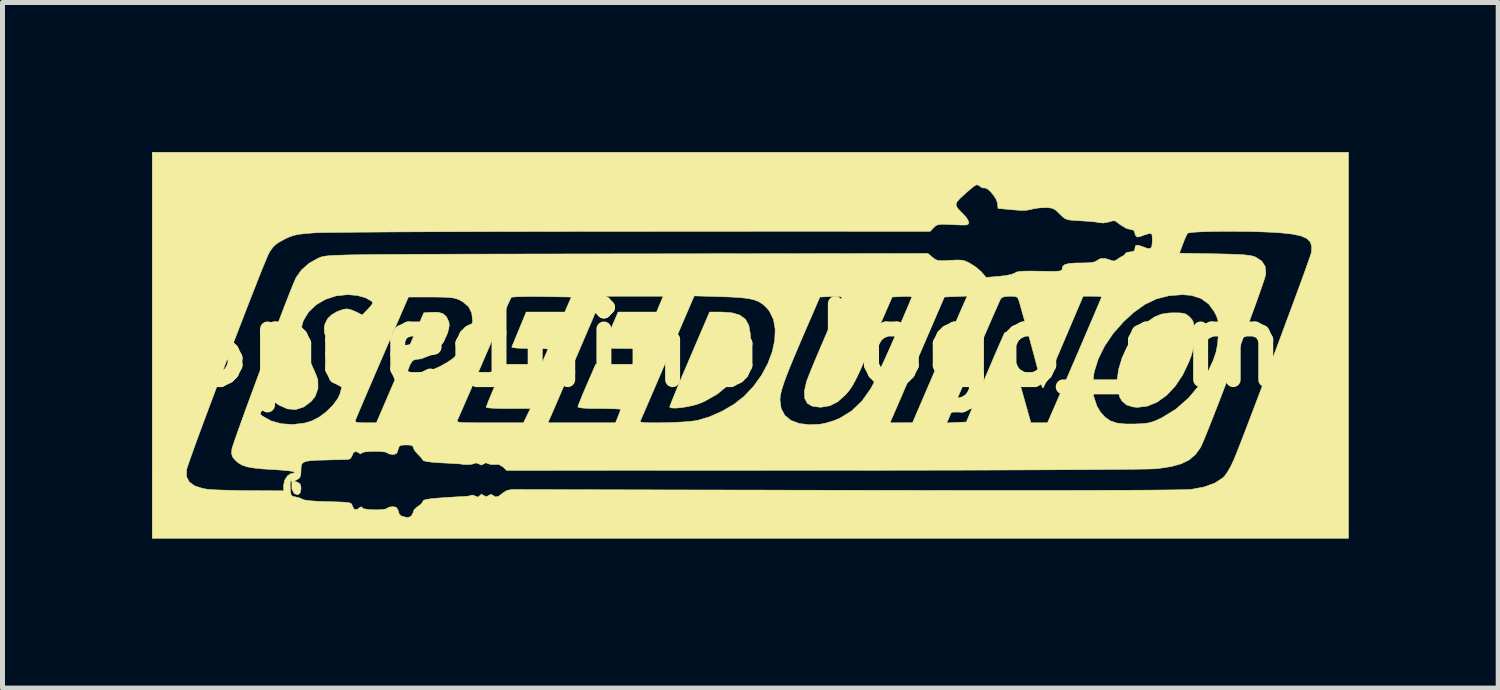
<source format=kicad_pcb>
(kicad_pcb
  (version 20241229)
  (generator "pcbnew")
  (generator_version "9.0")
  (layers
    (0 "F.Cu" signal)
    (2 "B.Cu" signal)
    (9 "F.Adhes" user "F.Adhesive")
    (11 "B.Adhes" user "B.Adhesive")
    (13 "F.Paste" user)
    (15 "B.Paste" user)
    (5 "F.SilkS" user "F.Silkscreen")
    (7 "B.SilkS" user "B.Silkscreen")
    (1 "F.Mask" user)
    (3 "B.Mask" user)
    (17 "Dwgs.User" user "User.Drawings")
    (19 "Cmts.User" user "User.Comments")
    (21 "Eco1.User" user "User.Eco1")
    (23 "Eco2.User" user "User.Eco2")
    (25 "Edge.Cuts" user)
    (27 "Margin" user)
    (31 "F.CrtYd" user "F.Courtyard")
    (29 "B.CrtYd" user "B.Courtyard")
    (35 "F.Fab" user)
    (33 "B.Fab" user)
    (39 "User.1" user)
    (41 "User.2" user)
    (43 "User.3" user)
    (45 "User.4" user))
  (footprint "Speeduino logo_sml"
    (layer "F.Cu")
    (at 12.007 3.878)
    (property "Reference" "Speeduino logo_sml" (at 0 0 0) (layer "F.SilkS") (effects (font (size 1.524 1.524) (thickness 0.3))))
    (attr through_hole)
    (fp_poly (pts (xy -0.371 -0.652) (xy -0.211 -0.605) (xy -0.099 -0.521) (xy -0.031 -0.398) (xy -0.002 -0.232) (xy -0.000119 -0.172) (xy -0.031 0.089) (xy -0.119 0.343) (xy -0.258 0.581) (xy -0.442 0.797) (xy -0.666 0.981) (xy -0.922 1.126) (xy -1.03 1.171) (xy -1.142 1.205) (xy -1.269 1.233) (xy -1.394 1.252) (xy -1.504 1.261) (xy -1.584 1.258) (xy -1.619 1.241) (xy -1.619 1.238) (xy -1.607 1.201) (xy -1.573 1.113) (xy -1.519 0.981) (xy -1.45 0.812) (xy -1.367 0.614) (xy -1.273 0.395) (xy -1.219 0.267) (xy -0.818 -0.667) (xy -0.583 -0.667) (xy -0.371 -0.652)) (stroke (width 0.01) (type solid)) (fill yes) (layer "F.SilkS"))
    (fp_poly (pts (xy 8.624 -0.649) (xy 8.703 -0.638) (xy 8.759 -0.613) (xy 8.811 -0.57) (xy 8.818 -0.563) (xy 8.86 -0.516) (xy 8.886 -0.469) (xy 8.899 -0.405) (xy 8.904 -0.308) (xy 8.903 -0.198) (xy 8.898 -0.038) (xy 8.88 0.09) (xy 8.844 0.218) (xy 8.8 0.333) (xy 8.674 0.598) (xy 8.522 0.824) (xy 8.349 1.006) (xy 8.163 1.14) (xy 7.967 1.221) (xy 7.768 1.246) (xy 7.677 1.237) (xy 7.548 1.197) (xy 7.459 1.12) (xy 7.416 1.05) (xy 7.366 0.888) (xy 7.359 0.693) (xy 7.391 0.478) (xy 7.458 0.255) (xy 7.558 0.035) (xy 7.685 -0.17) (xy 7.834 -0.344) (xy 7.983 -0.481) (xy 8.117 -0.572) (xy 8.251 -0.625) (xy 8.404 -0.648) (xy 8.5 -0.651) (xy 8.624 -0.649)) (stroke (width 0.01) (type solid)) (fill yes) (layer "F.SilkS"))
    (fp_poly (pts (xy 12.002 3.873) (xy -12.002 3.873) (xy -12.002 2.635) (xy -11.315 2.635) (xy -11.26 2.742) (xy -11.15 2.822) (xy -10.983 2.875) (xy -10.89 2.89) (xy -10.805 2.897) (xy -10.669 2.904) (xy -10.495 2.909) (xy -10.296 2.914) (xy -10.084 2.917) (xy -10.041 2.917) (xy -9.366 2.921) (xy -9.366 2.81) (xy -9.363 2.795) (xy -9.235 2.795) (xy -9.233 2.862) (xy -9.225 2.961) (xy -9.209 3.013) (xy -9.176 3.035) (xy -9.128 3.043) (xy -9.044 3.063) (xy -8.988 3.09) (xy -8.936 3.107) (xy -8.827 3.121) (xy -8.666 3.132) (xy -8.475 3.138) (xy -8.294 3.143) (xy -8.166 3.148) (xy -8.082 3.155) (xy -8.032 3.166) (xy -8.005 3.182) (xy -7.992 3.207) (xy -7.987 3.225) (xy -7.951 3.29) (xy -7.894 3.295) (xy -7.845 3.262) (xy -7.807 3.239) (xy -7.788 3.262) (xy -7.751 3.282) (xy -7.671 3.295) (xy -7.566 3.302) (xy -7.456 3.302) (xy -7.36 3.294) (xy -7.298 3.279) (xy -7.287 3.27) (xy -7.244 3.247) (xy -7.176 3.239) (xy -7.107 3.25) (xy -7.073 3.299) (xy -7.065 3.332) (xy -7.042 3.394) (xy -6.995 3.43) (xy -6.907 3.452) (xy -6.872 3.456) (xy -6.823 3.44) (xy -6.801 3.423) (xy -6.767 3.361) (xy -6.763 3.335) (xy -6.737 3.288) (xy -6.675 3.237) (xy -6.667 3.232) (xy -6.603 3.184) (xy -6.573 3.137) (xy -6.572 3.133) (xy -6.557 3.112) (xy -6.505 3.094) (xy -6.408 3.08) (xy -6.257 3.066) (xy -6.215 3.063) (xy -6.058 3.052) (xy -5.912 3.043) (xy -5.797 3.036) (xy -5.742 3.034) (xy -5.659 3.027) (xy -5.607 3.013) (xy -5.603 3.01) (xy -5.563 3.007) (xy -5.52 3.026) (xy -5.467 3.047) (xy -5.432 3.021) (xy -5.431 3.018) (xy -5.399 2.989) (xy -5.356 3.011) (xy -5.352 3.014) (xy -5.301 3.04) (xy -5.253 3.015) (xy -5.202 2.991) (xy -5.168 3.011) (xy -5.112 3.044) (xy -5.049 3.029) (xy -4.973 2.97) (xy -4.887 2.913) (xy -4.781 2.894) (xy -4.754 2.894) (xy -4.71 2.895) (xy -4.605 2.895) (xy -4.442 2.896) (xy -4.225 2.896) (xy -3.957 2.897) (xy -3.641 2.898) (xy -3.279 2.899) (xy -2.874 2.9) (xy -2.431 2.901) (xy -1.951 2.902) (xy -1.438 2.903) (xy -0.895 2.904) (xy -0.325 2.905) (xy 0.27 2.906) (xy 0.886 2.908) (xy 1.519 2.909) (xy 1.984 2.91) (xy 2.822 2.911) (xy 3.61 2.912) (xy 4.346 2.913) (xy 5.031 2.913) (xy 5.663 2.913) (xy 6.241 2.913) (xy 6.764 2.912) (xy 7.232 2.91) (xy 7.642 2.909) (xy 7.995 2.907) (xy 8.289 2.904) (xy 8.523 2.901) (xy 8.696 2.898) (xy 8.808 2.894) (xy 8.849 2.891) (xy 9.107 2.843) (xy 9.317 2.767) (xy 9.475 2.665) (xy 9.52 2.62) (xy 9.577 2.539) (xy 9.643 2.423) (xy 9.703 2.294) (xy 9.708 2.282) (xy 9.756 2.164) (xy 9.82 2.001) (xy 9.899 1.798) (xy 9.989 1.563) (xy 10.089 1.3) (xy 10.197 1.016) (xy 10.31 0.717) (xy 10.425 0.409) (xy 10.542 0.097) (xy 10.657 -0.211) (xy 10.768 -0.511) (xy 10.874 -0.795) (xy 10.971 -1.059) (xy 11.058 -1.296) (xy 11.132 -1.5) (xy 11.191 -1.666) (xy 11.233 -1.786) (xy 11.255 -1.855) (xy 11.258 -1.868) (xy 11.264 -1.984) (xy 11.235 -2.074) (xy 11.166 -2.143) (xy 11.051 -2.193) (xy 10.885 -2.229) (xy 10.662 -2.254) (xy 10.641 -2.256) (xy 10.463 -2.267) (xy 10.258 -2.276) (xy 10.037 -2.282) (xy 9.809 -2.285) (xy 9.582 -2.286) (xy 9.366 -2.285) (xy 9.17 -2.281) (xy 9.004 -2.275) (xy 8.876 -2.266) (xy 8.796 -2.255) (xy 8.772 -2.246) (xy 8.746 -2.196) (xy 8.707 -2.108) (xy 8.676 -2.027) (xy 8.609 -1.848) (xy 9.313 -1.835) (xy 9.558 -1.83) (xy 9.749 -1.824) (xy 9.893 -1.816) (xy 9.998 -1.805) (xy 10.074 -1.791) (xy 10.129 -1.773) (xy 10.134 -1.771) (xy 10.26 -1.69) (xy 10.329 -1.583) (xy 10.343 -1.445) (xy 10.34 -1.42) (xy 10.325 -1.363) (xy 10.29 -1.254) (xy 10.236 -1.099) (xy 10.168 -0.906) (xy 10.086 -0.68) (xy 9.994 -0.43) (xy 9.894 -0.161) (xy 9.789 0.12) (xy 9.682 0.405) (xy 9.575 0.688) (xy 9.47 0.962) (xy 9.37 1.221) (xy 9.278 1.457) (xy 9.196 1.664) (xy 9.127 1.835) (xy 9.073 1.963) (xy 9.038 2.041) (xy 9.03 2.055) (xy 8.931 2.192) (xy 8.807 2.298) (xy 8.649 2.377) (xy 8.45 2.433) (xy 8.199 2.471) (xy 8.128 2.478) (xy 8.061 2.481) (xy 7.933 2.484) (xy 7.747 2.487) (xy 7.507 2.49) (xy 7.214 2.492) (xy 6.872 2.495) (xy 6.483 2.497) (xy 6.051 2.499) (xy 5.578 2.501) (xy 5.067 2.503) (xy 4.521 2.505) (xy 3.942 2.506) (xy 3.334 2.507) (xy 2.7 2.508) (xy 2.042 2.509) (xy 1.453 2.509) (xy -4.89 2.511) (xy -4.961 2.443) (xy -5.045 2.393) (xy -5.132 2.392) (xy -5.212 2.393) (xy -5.265 2.374) (xy -5.265 2.374) (xy -5.311 2.358) (xy -5.349 2.38) (xy -5.4 2.405) (xy -5.445 2.381) (xy -5.506 2.36) (xy -5.532 2.371) (xy -5.585 2.386) (xy -5.67 2.394) (xy -5.757 2.392) (xy -5.81 2.383) (xy -5.846 2.379) (xy -5.933 2.374) (xy -6.056 2.367) (xy -6.191 2.36) (xy -6.366 2.349) (xy -6.49 2.334) (xy -6.558 2.316) (xy -6.57 2.307) (xy -6.6 2.262) (xy -6.658 2.2) (xy -6.673 2.186) (xy -6.731 2.119) (xy -6.762 2.06) (xy -6.763 2.051) (xy -6.778 2.018) (xy -6.834 2.003) (xy -6.906 2) (xy -6.996 2.004) (xy -7.041 2.022) (xy -7.063 2.066) (xy -7.069 2.095) (xy -7.094 2.164) (xy -7.143 2.189) (xy -7.178 2.191) (xy -7.249 2.181) (xy -7.287 2.159) (xy -7.327 2.142) (xy -7.412 2.132) (xy -7.52 2.128) (xy -7.631 2.13) (xy -7.727 2.139) (xy -7.787 2.154) (xy -7.796 2.162) (xy -7.828 2.179) (xy -7.852 2.162) (xy -7.914 2.129) (xy -7.965 2.155) (xy -7.988 2.207) (xy -8.021 2.268) (xy -8.06 2.289) (xy -8.111 2.292) (xy -8.211 2.295) (xy -8.345 2.298) (xy -8.493 2.302) (xy -8.686 2.307) (xy -8.825 2.315) (xy -8.918 2.33) (xy -8.975 2.354) (xy -9.005 2.391) (xy -9.015 2.445) (xy -9.017 2.507) (xy -9.023 2.605) (xy -9.044 2.66) (xy -9.088 2.692) (xy -9.16 2.727) (xy -9.088 2.748) (xy -9.036 2.781) (xy -9.018 2.847) (xy -9.017 2.874) (xy -9.034 2.961) (xy -9.078 2.999) (xy -9.139 2.982) (xy -9.162 2.962) (xy -9.2 2.883) (xy -9.2 2.819) (xy -9.199 2.748) (xy -9.215 2.71) (xy -9.228 2.729) (xy -9.235 2.795) (xy -9.363 2.795) (xy -9.345 2.708) (xy -9.292 2.624) (xy -9.221 2.576) (xy -9.192 2.572) (xy -9.149 2.557) (xy -9.144 2.544) (xy -9.174 2.533) (xy -9.255 2.52) (xy -9.377 2.508) (xy -9.527 2.497) (xy -9.565 2.495) (xy -9.79 2.481) (xy -9.963 2.463) (xy -10.093 2.44) (xy -10.191 2.408) (xy -10.266 2.366) (xy -10.328 2.314) (xy -10.388 2.244) (xy -10.41 2.179) (xy -10.404 2.086) (xy -10.404 2.086) (xy -10.39 2.033) (xy -10.355 1.929) (xy -10.303 1.779) (xy -10.235 1.589) (xy -10.155 1.368) (xy -10.151 1.356) (xy -9.832 1.356) (xy -9.83 1.386) (xy -9.799 1.415) (xy -9.795 1.418) (xy -9.62 1.517) (xy -9.411 1.575) (xy -9.183 1.59) (xy -8.95 1.563) (xy -8.836 1.53) (xy -7.926 1.53) (xy -7.903 1.546) (xy -7.84 1.554) (xy -7.727 1.556) (xy -7.723 1.556) (xy -7.504 1.556) (xy -7.487 1.517) (xy -5.884 1.517) (xy -5.878 1.531) (xy -5.85 1.542) (xy -5.794 1.549) (xy -5.702 1.553) (xy -5.566 1.555) (xy -5.378 1.556) (xy -5.23 1.556) (xy -4.553 1.556) (xy -4.063 1.556) (xy -2.706 1.556) (xy -2.696 1.532) (xy -2.214 1.532) (xy -2.191 1.544) (xy -2.117 1.552) (xy -2.002 1.556) (xy -1.859 1.556) (xy -1.698 1.554) (xy -1.531 1.548) (xy -1.37 1.54) (xy -1.226 1.529) (xy -1.111 1.516) (xy -1.064 1.508) (xy -0.818 1.435) (xy -0.564 1.322) (xy -0.325 1.182) (xy -0.216 1.096) (xy 0.594 1.096) (xy 0.617 1.268) (xy 0.69 1.406) (xy 0.813 1.507) (xy 0.983 1.571) (xy 1.195 1.595) (xy 1.404 1.584) (xy 1.528 1.559) (xy 3.941 1.559) (xy 4.137 1.549) (xy 4.333 1.54) (xy 4.704 0.667) (xy 4.798 0.445) (xy 4.886 0.24) (xy 4.963 0.061) (xy 5.027 -0.085) (xy 5.074 -0.19) (xy 5.1 -0.247) (xy 5.104 -0.253) (xy 5.124 -0.259) (xy 5.147 -0.215) (xy 5.175 -0.114) (xy 5.186 -0.063) (xy 5.211 0.039) (xy 5.25 0.189) (xy 5.299 0.375) (xy 5.355 0.582) (xy 5.415 0.798) (xy 5.434 0.865) (xy 5.629 1.556) (xy 5.962 1.556) (xy 6.09 1.262) (xy 6.166 1.087) (xy 6.254 0.886) (xy 6.3 0.778) (xy 6.867 0.778) (xy 6.884 1.01) (xy 6.952 1.218) (xy 7.02 1.334) (xy 7.115 1.442) (xy 7.222 1.516) (xy 7.354 1.561) (xy 7.524 1.58) (xy 7.702 1.58) (xy 7.856 1.574) (xy 7.968 1.562) (xy 8.06 1.54) (xy 8.156 1.503) (xy 8.26 1.453) (xy 8.537 1.283) (xy 8.791 1.06) (xy 9.015 0.795) (xy 9.198 0.497) (xy 9.288 0.302) (xy 9.342 0.144) (xy 9.374 -0.013) (xy 9.39 -0.201) (xy 9.391 -0.206) (xy 9.395 -0.348) (xy 9.392 -0.447) (xy 9.377 -0.524) (xy 9.346 -0.601) (xy 9.313 -0.667) (xy 9.197 -0.828) (xy 9.043 -0.939) (xy 8.85 -1.001) (xy 8.67 -1.015) (xy 8.398 -0.994) (xy 8.15 -0.931) (xy 7.917 -0.82) (xy 7.687 -0.656) (xy 7.492 -0.477) (xy 7.278 -0.235) (xy 7.107 0.018) (xy 6.98 0.276) (xy 6.899 0.532) (xy 6.867 0.778) (xy 6.3 0.778) (xy 6.349 0.666) (xy 6.448 0.435) (xy 6.55 0.199) (xy 6.65 -0.034) (xy 6.745 -0.256) (xy 6.833 -0.461) (xy 6.91 -0.642) (xy 6.973 -0.79) (xy 7.019 -0.898) (xy 7.044 -0.96) (xy 7.048 -0.972) (xy 7.02 -0.978) (xy 6.945 -0.983) (xy 6.863 -0.984) (xy 6.677 -0.984) (xy 6.285 -0.064) (xy 6.189 0.162) (xy 6.099 0.367) (xy 6.02 0.546) (xy 5.955 0.69) (xy 5.906 0.794) (xy 5.877 0.85) (xy 5.871 0.857) (xy 5.852 0.829) (xy 5.832 0.758) (xy 5.825 0.722) (xy 5.811 0.658) (xy 5.782 0.542) (xy 5.741 0.386) (xy 5.692 0.198) (xy 5.635 -0.012) (xy 5.575 -0.233) (xy 5.513 -0.455) (xy 5.453 -0.669) (xy 5.398 -0.864) (xy 5.393 -0.881) (xy 5.37 -0.943) (xy 5.337 -0.973) (xy 5.273 -0.983) (xy 5.207 -0.984) (xy 5.101 -0.977) (xy 5.042 -0.954) (xy 5.02 -0.927) (xy 5.001 -0.886) (xy 4.96 -0.793) (xy 4.899 -0.655) (xy 4.821 -0.478) (xy 4.73 -0.268) (xy 4.628 -0.032) (xy 4.517 0.223) (xy 4.465 0.345) (xy 3.941 1.559) (xy 1.528 1.559) (xy 1.53 1.558) (xy 1.538 1.556) (xy 2.802 1.556) (xy 3.028 1.555) (xy 3.254 1.555) (xy 3.721 0.468) (xy 3.83 0.213) (xy 3.935 -0.031) (xy 4.032 -0.255) (xy 4.117 -0.453) (xy 4.187 -0.616) (xy 4.239 -0.736) (xy 4.269 -0.803) (xy 4.35 -0.987) (xy 4.122 -0.978) (xy 3.893 -0.968) (xy 3.348 0.294) (xy 2.802 1.556) (xy 1.538 1.556) (xy 1.677 1.513) (xy 1.793 1.465) (xy 2.031 1.319) (xy 2.241 1.118) (xy 2.419 0.865) (xy 2.466 0.778) (xy 2.505 0.698) (xy 2.562 0.576) (xy 2.632 0.422) (xy 2.713 0.245) (xy 2.799 0.053) (xy 2.887 -0.146) (xy 2.973 -0.341) (xy 3.053 -0.525) (xy 3.123 -0.689) (xy 3.18 -0.823) (xy 3.22 -0.919) (xy 3.238 -0.968) (xy 3.239 -0.971) (xy 3.21 -0.978) (xy 3.134 -0.98) (xy 3.042 -0.978) (xy 2.845 -0.968) (xy 2.508 -0.191) (xy 2.391 0.081) (xy 2.294 0.301) (xy 2.216 0.476) (xy 2.151 0.614) (xy 2.098 0.721) (xy 2.052 0.804) (xy 2.009 0.87) (xy 1.967 0.926) (xy 1.921 0.979) (xy 1.901 1) (xy 1.751 1.135) (xy 1.596 1.213) (xy 1.42 1.243) (xy 1.394 1.243) (xy 1.245 1.224) (xy 1.143 1.164) (xy 1.09 1.063) (xy 1.084 0.92) (xy 1.126 0.735) (xy 1.139 0.696) (xy 1.169 0.618) (xy 1.219 0.492) (xy 1.286 0.33) (xy 1.366 0.141) (xy 1.453 -0.064) (xy 1.508 -0.191) (xy 1.594 -0.39) (xy 1.672 -0.572) (xy 1.739 -0.727) (xy 1.791 -0.847) (xy 1.823 -0.923) (xy 1.833 -0.946) (xy 1.828 -0.968) (xy 1.783 -0.978) (xy 1.69 -0.98) (xy 1.622 -0.978) (xy 1.395 -0.968) (xy 1.141 -0.381) (xy 1.004 -0.064) (xy 0.892 0.2) (xy 0.801 0.419) (xy 0.73 0.598) (xy 0.677 0.742) (xy 0.639 0.858) (xy 0.614 0.951) (xy 0.6 1.028) (xy 0.594 1.095) (xy 0.594 1.096) (xy -0.216 1.096) (xy -0.128 1.028) (xy 0.065 0.822) (xy 0.226 0.599) (xy 0.351 0.365) (xy 0.44 0.128) (xy 0.489 -0.102) (xy 0.498 -0.32) (xy 0.464 -0.516) (xy 0.384 -0.682) (xy 0.322 -0.757) (xy 0.248 -0.824) (xy 0.17 -0.875) (xy 0.076 -0.912) (xy -0.042 -0.938) (xy -0.195 -0.956) (xy -0.393 -0.968) (xy -0.587 -0.975) (xy -1.127 -0.991) (xy -1.664 0.259) (xy -1.778 0.523) (xy -1.884 0.77) (xy -1.98 0.993) (xy -2.063 1.185) (xy -2.13 1.341) (xy -2.18 1.454) (xy -2.208 1.519) (xy -2.214 1.532) (xy -2.696 1.532) (xy -2.655 1.428) (xy -2.623 1.347) (xy -2.605 1.294) (xy -2.603 1.285) (xy -2.633 1.28) (xy -2.715 1.275) (xy -2.837 1.272) (xy -2.988 1.27) (xy -3.032 1.27) (xy -3.228 1.268) (xy -3.366 1.26) (xy -3.443 1.248) (xy -3.461 1.236) (xy -3.449 1.196) (xy -3.415 1.11) (xy -3.366 0.988) (xy -3.304 0.843) (xy -3.282 0.792) (xy -3.103 0.381) (xy -2.362 0.381) (xy -2.292 0.237) (xy -2.252 0.152) (xy -2.227 0.093) (xy -2.223 0.079) (xy -2.252 0.073) (xy -2.333 0.068) (xy -2.452 0.065) (xy -2.588 0.064) (xy -2.731 0.062) (xy -2.848 0.058) (xy -2.926 0.052) (xy -2.953 0.045) (xy -2.941 0.011) (xy -2.909 -0.07) (xy -2.861 -0.185) (xy -2.803 -0.32) (xy -2.654 -0.667) (xy -2.268 -0.667) (xy -1.882 -0.667) (xy -1.816 -0.826) (xy -1.75 -0.984) (xy -2.359 -0.984) (xy -2.969 -0.984) (xy -3.435 0.104) (xy -3.545 0.358) (xy -3.649 0.602) (xy -3.746 0.826) (xy -3.831 1.024) (xy -3.901 1.186) (xy -3.953 1.306) (xy -3.982 1.373) (xy -4.063 1.556) (xy -4.553 1.556) (xy -4.414 1.27) (xy -4.858 1.27) (xy -5.018 1.268) (xy -5.152 1.264) (xy -5.249 1.257) (xy -5.299 1.249) (xy -5.302 1.246) (xy -5.29 1.21) (xy -5.258 1.126) (xy -5.209 1.007) (xy -5.148 0.862) (xy -5.122 0.802) (xy -4.943 0.381) (xy -4.194 0.381) (xy -4.129 0.234) (xy -4.092 0.148) (xy -4.068 0.089) (xy -4.064 0.075) (xy -4.094 0.071) (xy -4.174 0.067) (xy -4.294 0.064) (xy -4.432 0.064) (xy -4.575 0.061) (xy -4.69 0.056) (xy -4.765 0.047) (xy -4.789 0.037) (xy -4.773 -0.001) (xy -4.738 -0.085) (xy -4.69 -0.202) (xy -4.638 -0.328) (xy -4.498 -0.667) (xy -3.723 -0.667) (xy -3.658 -0.818) (xy -3.592 -0.968) (xy -4.183 -0.977) (xy -4.371 -0.979) (xy -4.537 -0.977) (xy -4.67 -0.974) (xy -4.761 -0.968) (xy -4.798 -0.961) (xy -4.815 -0.928) (xy -4.855 -0.842) (xy -4.914 -0.71) (xy -4.99 -0.539) (xy -5.079 -0.335) (xy -5.18 -0.104) (xy -5.289 0.148) (xy -5.334 0.252) (xy -5.446 0.511) (xy -5.551 0.754) (xy -5.646 0.974) (xy -5.729 1.163) (xy -5.796 1.317) (xy -5.845 1.428) (xy -5.872 1.489) (xy -5.877 1.498) (xy -5.884 1.517) (xy -7.487 1.517) (xy -7.029 0.452) (xy -6.553 -0.651) (xy -6.414 -0.661) (xy -6.27 -0.662) (xy -6.173 -0.637) (xy -6.106 -0.58) (xy -6.076 -0.528) (xy -6.049 -0.462) (xy -6.042 -0.403) (xy -6.054 -0.327) (xy -6.078 -0.24) (xy -6.158 -0.063) (xy -6.28 0.089) (xy -6.432 0.203) (xy -6.602 0.271) (xy -6.723 0.286) (xy -6.779 0.31) (xy -6.827 0.387) (xy -6.839 0.413) (xy -6.87 0.496) (xy -6.888 0.551) (xy -6.89 0.561) (xy -6.862 0.573) (xy -6.788 0.572) (xy -6.683 0.559) (xy -6.564 0.538) (xy -6.446 0.51) (xy -6.344 0.478) (xy -6.343 0.477) (xy -6.219 0.421) (xy -6.08 0.342) (xy -5.973 0.27) (xy -5.8 0.108) (xy -5.672 -0.086) (xy -5.594 -0.3) (xy -5.573 -0.481) (xy -5.591 -0.646) (xy -5.652 -0.77) (xy -5.762 -0.867) (xy -5.828 -0.905) (xy -5.887 -0.93) (xy -5.954 -0.948) (xy -6.041 -0.959) (xy -6.16 -0.965) (xy -6.326 -0.968) (xy -6.408 -0.968) (xy -6.862 -0.968) (xy -7.384 0.238) (xy -7.497 0.499) (xy -7.602 0.744) (xy -7.697 0.965) (xy -7.779 1.157) (xy -7.845 1.312) (xy -7.893 1.425) (xy -7.919 1.489) (xy -7.924 1.5) (xy -7.926 1.53) (xy -8.836 1.53) (xy -8.804 1.52) (xy -8.654 1.444) (xy -8.505 1.332) (xy -8.374 1.201) (xy -8.274 1.063) (xy -8.23 0.965) (xy -8.197 0.821) (xy -8.192 0.688) (xy -8.216 0.551) (xy -8.274 0.392) (xy -8.347 0.235) (xy -8.443 0.034) (xy -8.508 -0.123) (xy -8.544 -0.246) (xy -8.552 -0.345) (xy -8.535 -0.431) (xy -8.493 -0.514) (xy -8.473 -0.544) (xy -8.398 -0.614) (xy -8.287 -0.678) (xy -8.168 -0.72) (xy -8.094 -0.73) (xy -8.026 -0.716) (xy -7.935 -0.681) (xy -7.909 -0.669) (xy -7.788 -0.607) (xy -7.671 -0.727) (xy -7.604 -0.801) (xy -7.579 -0.847) (xy -7.591 -0.878) (xy -7.597 -0.883) (xy -7.721 -0.953) (xy -7.887 -0.999) (xy -8.076 -1.016) (xy -8.078 -1.016) (xy -8.315 -0.991) (xy -8.53 -0.92) (xy -8.716 -0.81) (xy -8.865 -0.667) (xy -8.97 -0.496) (xy -9.023 -0.305) (xy -9.028 -0.234) (xy -9.025 -0.15) (xy -9.008 -0.066) (xy -8.972 0.034) (xy -8.914 0.165) (xy -8.864 0.267) (xy -8.796 0.409) (xy -8.738 0.539) (xy -8.697 0.642) (xy -8.679 0.697) (xy -8.676 0.867) (xy -8.732 1.024) (xy -8.81 1.124) (xy -8.961 1.238) (xy -9.121 1.289) (xy -9.287 1.277) (xy -9.456 1.202) (xy -9.479 1.187) (xy -9.599 1.106) (xy -9.728 1.237) (xy -9.8 1.312) (xy -9.832 1.356) (xy -10.151 1.356) (xy -10.065 1.121) (xy -9.967 0.855) (xy -9.864 0.577) (xy -9.758 0.294) (xy -9.652 0.013) (xy -9.549 -0.26) (xy -9.45 -0.518) (xy -9.36 -0.754) (xy -9.279 -0.962) (xy -9.211 -1.134) (xy -9.157 -1.265) (xy -9.122 -1.346) (xy -9.116 -1.358) (xy -9.007 -1.511) (xy -8.853 -1.646) (xy -8.671 -1.748) (xy -8.628 -1.765) (xy -8.606 -1.773) (xy -8.581 -1.779) (xy -8.551 -1.785) (xy -8.511 -1.791) (xy -8.46 -1.796) (xy -8.395 -1.801) (xy -8.313 -1.805) (xy -8.212 -1.808) (xy -8.088 -1.812) (xy -7.939 -1.815) (xy -7.762 -1.817) (xy -7.555 -1.82) (xy -7.314 -1.822) (xy -7.038 -1.823) (xy -6.722 -1.825) (xy -6.365 -1.826) (xy -5.964 -1.828) (xy -5.516 -1.829) (xy -5.018 -1.83) (xy -4.468 -1.831) (xy -3.862 -1.832) (xy -3.199 -1.833) (xy -2.474 -1.834) (xy -2.45 -1.834) (xy 3.562 -1.842) (xy 3.655 -1.764) (xy 3.705 -1.726) (xy 3.755 -1.704) (xy 3.823 -1.696) (xy 3.925 -1.698) (xy 4.009 -1.704) (xy 4.143 -1.711) (xy 4.235 -1.708) (xy 4.307 -1.692) (xy 4.379 -1.659) (xy 4.42 -1.636) (xy 4.524 -1.568) (xy 4.617 -1.49) (xy 4.65 -1.456) (xy 4.73 -1.361) (xy 4.992 -1.383) (xy 5.132 -1.4) (xy 5.241 -1.422) (xy 5.304 -1.448) (xy 5.307 -1.45) (xy 5.342 -1.469) (xy 5.403 -1.481) (xy 5.5 -1.487) (xy 5.642 -1.489) (xy 5.807 -1.486) (xy 5.986 -1.483) (xy 6.11 -1.483) (xy 6.19 -1.488) (xy 6.235 -1.498) (xy 6.253 -1.514) (xy 6.255 -1.526) (xy 6.267 -1.581) (xy 6.308 -1.618) (xy 6.389 -1.64) (xy 6.519 -1.65) (xy 6.622 -1.651) (xy 6.774 -1.654) (xy 6.874 -1.664) (xy 6.932 -1.682) (xy 6.953 -1.699) (xy 7.026 -1.74) (xy 7.13 -1.739) (xy 7.222 -1.709) (xy 7.292 -1.689) (xy 7.348 -1.712) (xy 7.358 -1.721) (xy 7.428 -1.768) (xy 7.469 -1.788) (xy 7.516 -1.82) (xy 7.525 -1.841) (xy 7.552 -1.863) (xy 7.619 -1.873) (xy 7.62 -1.873) (xy 7.691 -1.884) (xy 7.715 -1.922) (xy 7.715 -1.931) (xy 7.725 -1.993) (xy 7.764 -2.011) (xy 7.841 -1.989) (xy 7.86 -1.982) (xy 7.965 -1.943) (xy 8.027 -1.942) (xy 8.056 -1.984) (xy 8.064 -2.076) (xy 8.065 -2.096) (xy 8.063 -2.19) (xy 8.052 -2.234) (xy 8.023 -2.244) (xy 7.977 -2.235) (xy 7.89 -2.208) (xy 7.834 -2.185) (xy 7.763 -2.171) (xy 7.722 -2.211) (xy 7.715 -2.256) (xy 7.692 -2.308) (xy 7.651 -2.318) (xy 7.545 -2.345) (xy 7.42 -2.421) (xy 7.375 -2.457) (xy 7.317 -2.496) (xy 7.259 -2.495) (xy 7.209 -2.477) (xy 7.082 -2.453) (xy 7.009 -2.46) (xy 6.93 -2.473) (xy 6.81 -2.485) (xy 6.669 -2.495) (xy 6.616 -2.498) (xy 6.479 -2.506) (xy 6.388 -2.516) (xy 6.326 -2.536) (xy 6.275 -2.57) (xy 6.218 -2.624) (xy 6.205 -2.637) (xy 6.128 -2.711) (xy 6.062 -2.748) (xy 5.981 -2.761) (xy 5.909 -2.762) (xy 5.79 -2.756) (xy 5.681 -2.739) (xy 5.638 -2.727) (xy 5.539 -2.709) (xy 5.388 -2.709) (xy 5.255 -2.719) (xy 4.969 -2.746) (xy 4.959 -2.85) (xy 4.935 -2.922) (xy 4.885 -3.004) (xy 4.821 -3.081) (xy 4.756 -3.138) (xy 4.705 -3.159) (xy 4.693 -3.155) (xy 4.65 -3.16) (xy 4.603 -3.192) (xy 4.572 -3.215) (xy 4.541 -3.219) (xy 4.497 -3.198) (xy 4.431 -3.147) (xy 4.33 -3.059) (xy 4.319 -3.049) (xy 4.21 -2.95) (xy 4.146 -2.878) (xy 4.126 -2.82) (xy 4.149 -2.762) (xy 4.213 -2.69) (xy 4.268 -2.637) (xy 4.335 -2.561) (xy 4.375 -2.492) (xy 4.381 -2.466) (xy 4.377 -2.438) (xy 4.357 -2.421) (xy 4.31 -2.413) (xy 4.224 -2.413) (xy 4.087 -2.419) (xy 4.065 -2.42) (xy 3.919 -2.426) (xy 3.823 -2.426) (xy 3.761 -2.417) (xy 3.72 -2.399) (xy 3.685 -2.367) (xy 3.678 -2.36) (xy 3.608 -2.286) (xy -2.379 -2.285) (xy -2.997 -2.285) (xy -3.602 -2.284) (xy -4.19 -2.283) (xy -4.757 -2.282) (xy -5.302 -2.281) (xy -5.819 -2.279) (xy -6.306 -2.278) (xy -6.759 -2.276) (xy -7.175 -2.274) (xy -7.551 -2.271) (xy -7.883 -2.269) (xy -8.168 -2.266) (xy -8.402 -2.264) (xy -8.582 -2.261) (xy -8.705 -2.258) (xy -8.762 -2.255) (xy -8.935 -2.241) (xy -9.062 -2.226) (xy -9.159 -2.206) (xy -9.244 -2.177) (xy -9.333 -2.136) (xy -9.362 -2.121) (xy -9.483 -2.053) (xy -9.565 -1.986) (xy -9.629 -1.902) (xy -9.658 -1.853) (xy -9.687 -1.792) (xy -9.735 -1.678) (xy -9.801 -1.517) (xy -9.881 -1.315) (xy -9.974 -1.078) (xy -10.078 -0.813) (xy -10.189 -0.525) (xy -10.307 -0.22) (xy -10.427 0.094) (xy -10.549 0.414) (xy -10.669 0.731) (xy -10.785 1.041) (xy -10.896 1.337) (xy -10.999 1.613) (xy -11.091 1.862) (xy -11.17 2.08) (xy -11.234 2.26) (xy -11.281 2.395) (xy -11.308 2.48) (xy -11.313 2.5) (xy -11.315 2.635) (xy -12.002 2.635) (xy -12.002 -3.873) (xy 12.002 -3.873) (xy 12.002 3.873)) (stroke (width 0.01) (type solid)) (fill yes) (layer "F.SilkS")))
  (gr_rect
    (start -3 -3)
    (end 27.013 10.757)
    (stroke (width 0.1) (type default))
    (fill no)
    (layer "Edge.Cuts")))
</source>
